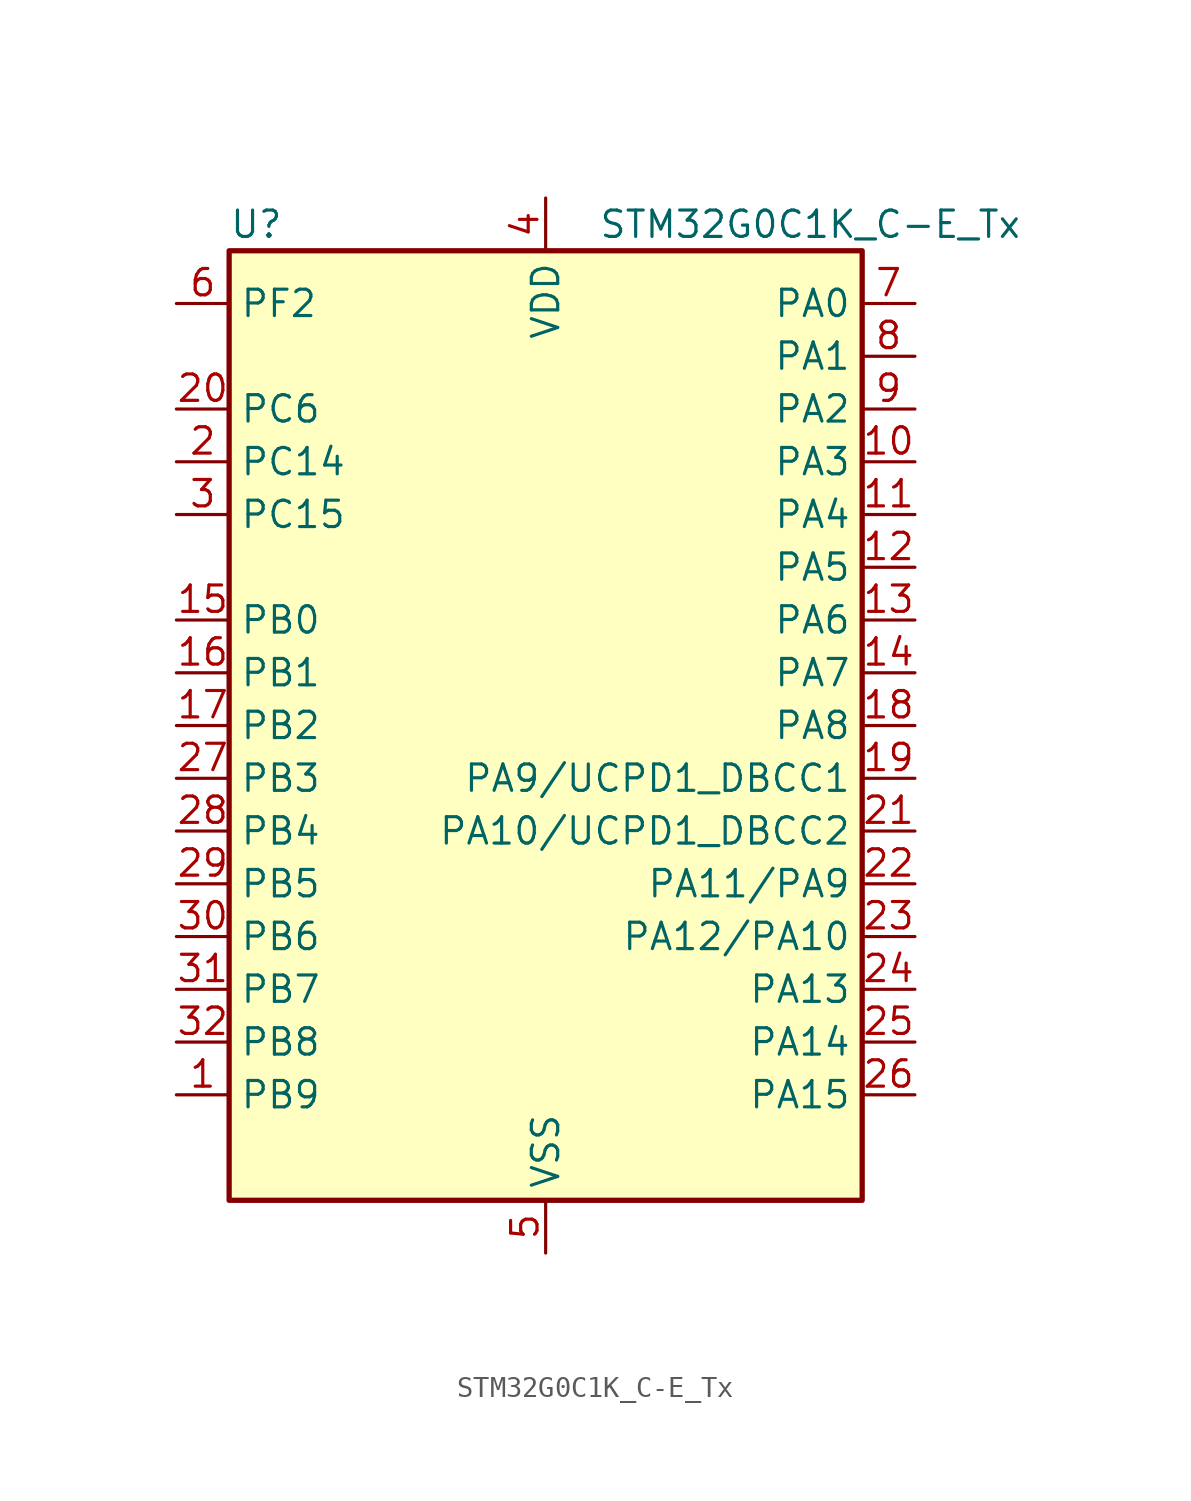
<source format=kicad_sym>
(kicad_symbol_lib
  (version 20211014)
  (generator kicad-library-utils)
  (symbol "STM32G0C1K_C-E_Tx"
    (property "Reference" "U"
      (at -15.24 24.13 0)
      (effects (font (size 1.27 1.27)) (justify left)))
    (property "Value" "STM32G0C1K_C-E_Tx"
      (at 2.54 24.13 0)
      (effects (font (size 1.27 1.27)) (justify left)))
    (property "ki_fp_filters" "LQFP*7x7mm*P0.8mm*"
      (at 0.0 0.0 0.0)
      (effects (font (size 1.27 1.27))))
    (symbol "STM32G0C1K_C-E_Tx_0_1"
      (rectangle (start -15.24 -22.86) (end 15.24 22.86) (stroke (width 0.254)) (fill (type background))))
    (symbol "STM32G0C1K_C-E_Tx_1_1"
      (pin bidirectional line (at -17.78 20.32 0) (length 2.54) (name "PF2" (effects (font (size 1.27 1.27)))) (number "6" (effects (font (size 1.27 1.27)))) (alternate "LPUART2_DE" bidirectional line) (alternate "LPUART2_RTS" bidirectional line) (alternate "LPUART2_TX" bidirectional line) (alternate "RCC_MCO" bidirectional line))
      (pin bidirectional line (at -17.78 15.24 0) (length 2.54) (name "PC6" (effects (font (size 1.27 1.27)))) (number "20" (effects (font (size 1.27 1.27)))) (alternate "LPUART2_TX" bidirectional line) (alternate "TIM2_CH3" bidirectional line) (alternate "TIM3_CH1" bidirectional line) (alternate "UCPD1_FRSTX1" bidirectional line) (alternate "UCPD1_FRSTX2" bidirectional line))
      (pin bidirectional line (at -17.78 12.7 0) (length 2.54) (name "PC14" (effects (font (size 1.27 1.27)))) (number "2" (effects (font (size 1.27 1.27)))) (alternate "RCC_OSC32_IN" bidirectional line) (alternate "RCC_OSC_IN" bidirectional line) (alternate "TIM1_BK2" bidirectional line))
      (pin bidirectional line (at -17.78 10.16 0) (length 2.54) (name "PC15" (effects (font (size 1.27 1.27)))) (number "3" (effects (font (size 1.27 1.27)))) (alternate "RCC_OSC32_EN" bidirectional line) (alternate "RCC_OSC32_OUT" bidirectional line) (alternate "RCC_OSC_EN" bidirectional line) (alternate "TIM15_BK" bidirectional line))
      (pin bidirectional line (at -17.78 5.08 0) (length 2.54) (name "PB0" (effects (font (size 1.27 1.27)))) (number "15" (effects (font (size 1.27 1.27)))) (alternate "ADC1_IN8" bidirectional line) (alternate "COMP1_OUT" bidirectional line) (alternate "COMP3_INP" bidirectional line) (alternate "FDCAN2_RX" bidirectional line) (alternate "I2S1_WS" bidirectional line) (alternate "LPTIM1_OUT" bidirectional line) (alternate "LPUART2_CTS" bidirectional line) (alternate "SPI1_NSS" bidirectional line) (alternate "TIM1_CH2N" bidirectional line) (alternate "TIM3_CH3" bidirectional line) (alternate "UCPD1_FRSTX1" bidirectional line) (alternate "UCPD1_FRSTX2" bidirectional line) (alternate "USART3_RX" bidirectional line) (alternate "USART5_TX" bidirectional line))
      (pin bidirectional line (at -17.78 2.54 0) (length 2.54) (name "PB1" (effects (font (size 1.27 1.27)))) (number "16" (effects (font (size 1.27 1.27)))) (alternate "ADC1_IN9" bidirectional line) (alternate "COMP1_INM" bidirectional line) (alternate "COMP3_OUT" bidirectional line) (alternate "FDCAN2_TX" bidirectional line) (alternate "LPTIM2_IN1" bidirectional line) (alternate "LPUART1_DE" bidirectional line) (alternate "LPUART1_RTS" bidirectional line) (alternate "LPUART2_DE" bidirectional line) (alternate "LPUART2_RTS" bidirectional line) (alternate "TIM14_CH1" bidirectional line) (alternate "TIM1_CH3N" bidirectional line) (alternate "TIM3_CH4" bidirectional line) (alternate "USART3_CK" bidirectional line) (alternate "USART3_DE" bidirectional line) (alternate "USART3_RTS" bidirectional line) (alternate "USART5_RX" bidirectional line))
      (pin bidirectional line (at -17.78 0.0 0) (length 2.54) (name "PB2" (effects (font (size 1.27 1.27)))) (number "17" (effects (font (size 1.27 1.27)))) (alternate "ADC1_IN10" bidirectional line) (alternate "COMP1_INP" bidirectional line) (alternate "COMP3_INM" bidirectional line) (alternate "I2S2_MCK" bidirectional line) (alternate "LPTIM1_OUT" bidirectional line) (alternate "RCC_MCO_2" bidirectional line) (alternate "SPI2_MISO" bidirectional line) (alternate "USART3_TX" bidirectional line))
      (pin bidirectional line (at -17.78 -2.54 0) (length 2.54) (name "PB3" (effects (font (size 1.27 1.27)))) (number "27" (effects (font (size 1.27 1.27)))) (alternate "COMP2_INM" bidirectional line) (alternate "I2C2_SCL" bidirectional line) (alternate "I2C3_SCL" bidirectional line) (alternate "I2S1_CK" bidirectional line) (alternate "SPI1_SCK" bidirectional line) (alternate "SPI3_SCK" bidirectional line) (alternate "TIM1_CH2" bidirectional line) (alternate "TIM2_CH2" bidirectional line) (alternate "USART1_CK" bidirectional line) (alternate "USART1_DE" bidirectional line) (alternate "USART1_RTS" bidirectional line) (alternate "USART5_TX" bidirectional line))
      (pin bidirectional line (at -17.78 -5.08 0) (length 2.54) (name "PB4" (effects (font (size 1.27 1.27)))) (number "28" (effects (font (size 1.27 1.27)))) (alternate "COMP2_INP" bidirectional line) (alternate "I2C2_SDA" bidirectional line) (alternate "I2C3_SDA" bidirectional line) (alternate "I2S1_MCK" bidirectional line) (alternate "SPI1_MISO" bidirectional line) (alternate "SPI3_MISO" bidirectional line) (alternate "TIM17_BK" bidirectional line) (alternate "TIM3_CH1" bidirectional line) (alternate "USART1_CTS" bidirectional line) (alternate "USART1_NSS" bidirectional line) (alternate "USART5_RX" bidirectional line))
      (pin bidirectional line (at -17.78 -7.62 0) (length 2.54) (name "PB5" (effects (font (size 1.27 1.27)))) (number "29" (effects (font (size 1.27 1.27)))) (alternate "COMP2_OUT" bidirectional line) (alternate "FDCAN2_RX" bidirectional line) (alternate "I2C1_SMBA" bidirectional line) (alternate "I2S1_SD" bidirectional line) (alternate "LPTIM1_IN1" bidirectional line) (alternate "SPI1_MOSI" bidirectional line) (alternate "SPI3_MOSI" bidirectional line) (alternate "SYS_WKUP6" bidirectional line) (alternate "TIM16_BK" bidirectional line) (alternate "TIM3_CH2" bidirectional line) (alternate "USART5_CK" bidirectional line) (alternate "USART5_DE" bidirectional line) (alternate "USART5_RTS" bidirectional line))
      (pin bidirectional line (at -17.78 -10.16 0) (length 2.54) (name "PB6" (effects (font (size 1.27 1.27)))) (number "30" (effects (font (size 1.27 1.27)))) (alternate "COMP2_INP" bidirectional line) (alternate "FDCAN2_TX" bidirectional line) (alternate "I2C1_SCL" bidirectional line) (alternate "I2S2_MCK" bidirectional line) (alternate "LPTIM1_ETR" bidirectional line) (alternate "LPUART2_TX" bidirectional line) (alternate "SPI2_MISO" bidirectional line) (alternate "TIM16_CH1N" bidirectional line) (alternate "TIM1_CH3" bidirectional line) (alternate "TIM4_CH1" bidirectional line) (alternate "USART1_TX" bidirectional line) (alternate "USART5_CTS" bidirectional line) (alternate "USART5_NSS" bidirectional line))
      (pin bidirectional line (at -17.78 -12.7 0) (length 2.54) (name "PB7" (effects (font (size 1.27 1.27)))) (number "31" (effects (font (size 1.27 1.27)))) (alternate "COMP2_INM" bidirectional line) (alternate "I2C1_SDA" bidirectional line) (alternate "I2S2_SD" bidirectional line) (alternate "LPTIM1_IN2" bidirectional line) (alternate "LPUART2_RX" bidirectional line) (alternate "SPI2_MOSI" bidirectional line) (alternate "SYS_PVD_IN" bidirectional line) (alternate "TIM17_CH1N" bidirectional line) (alternate "TIM4_CH2" bidirectional line) (alternate "USART1_RX" bidirectional line) (alternate "USART4_CTS" bidirectional line) (alternate "USART4_NSS" bidirectional line))
      (pin bidirectional line (at -17.78 -15.24 0) (length 2.54) (name "PB8" (effects (font (size 1.27 1.27)))) (number "32" (effects (font (size 1.27 1.27)))) (alternate "CEC" bidirectional line) (alternate "FDCAN1_RX" bidirectional line) (alternate "I2C1_SCL" bidirectional line) (alternate "I2S2_CK" bidirectional line) (alternate "SPI2_SCK" bidirectional line) (alternate "TIM15_BK" bidirectional line) (alternate "TIM16_CH1" bidirectional line) (alternate "TIM4_CH3" bidirectional line) (alternate "USART3_TX" bidirectional line) (alternate "USART6_TX" bidirectional line))
      (pin bidirectional line (at -17.78 -17.78 0) (length 2.54) (name "PB9" (effects (font (size 1.27 1.27)))) (number "1" (effects (font (size 1.27 1.27)))) (alternate "DAC1_EXTI9" bidirectional line) (alternate "FDCAN1_TX" bidirectional line) (alternate "I2C1_SDA" bidirectional line) (alternate "I2S2_WS" bidirectional line) (alternate "IR_OUT" bidirectional line) (alternate "SPI2_NSS" bidirectional line) (alternate "TIM17_CH1" bidirectional line) (alternate "TIM4_CH4" bidirectional line) (alternate "USART3_RX" bidirectional line) (alternate "USART6_RX" bidirectional line))
      (pin bidirectional line (at 17.78 20.32 180) (length 2.54) (name "PA0" (effects (font (size 1.27 1.27)))) (number "7" (effects (font (size 1.27 1.27)))) (alternate "ADC1_IN0" bidirectional line) (alternate "COMP1_INM" bidirectional line) (alternate "COMP1_OUT" bidirectional line) (alternate "I2S2_CK" bidirectional line) (alternate "LPTIM1_OUT" bidirectional line) (alternate "RTC_TAMP_IN2" bidirectional line) (alternate "SPI2_SCK" bidirectional line) (alternate "SYS_WKUP1" bidirectional line) (alternate "TIM2_CH1" bidirectional line) (alternate "TIM2_ETR" bidirectional line) (alternate "USART2_CTS" bidirectional line) (alternate "USART2_NSS" bidirectional line) (alternate "USART4_TX" bidirectional line))
      (pin bidirectional line (at 17.78 17.78 180) (length 2.54) (name "PA1" (effects (font (size 1.27 1.27)))) (number "8" (effects (font (size 1.27 1.27)))) (alternate "ADC1_IN1" bidirectional line) (alternate "COMP1_INP" bidirectional line) (alternate "I2C1_SMBA" bidirectional line) (alternate "I2S1_CK" bidirectional line) (alternate "SPI1_SCK" bidirectional line) (alternate "TIM15_CH1N" bidirectional line) (alternate "TIM2_CH2" bidirectional line) (alternate "USART2_CK" bidirectional line) (alternate "USART2_DE" bidirectional line) (alternate "USART2_RTS" bidirectional line) (alternate "USART4_RX" bidirectional line))
      (pin bidirectional line (at 17.78 15.24 180) (length 2.54) (name "PA2" (effects (font (size 1.27 1.27)))) (number "9" (effects (font (size 1.27 1.27)))) (alternate "ADC1_IN2" bidirectional line) (alternate "COMP2_INM" bidirectional line) (alternate "COMP2_OUT" bidirectional line) (alternate "I2S1_SD" bidirectional line) (alternate "LPUART1_TX" bidirectional line) (alternate "RCC_LSCO" bidirectional line) (alternate "SPI1_MOSI" bidirectional line) (alternate "SYS_WKUP4" bidirectional line) (alternate "TIM15_CH1" bidirectional line) (alternate "TIM2_CH3" bidirectional line) (alternate "UCPD1_FRSTX1" bidirectional line) (alternate "UCPD1_FRSTX2" bidirectional line) (alternate "USART2_TX" bidirectional line))
      (pin bidirectional line (at 17.78 12.7 180) (length 2.54) (name "PA3" (effects (font (size 1.27 1.27)))) (number "10" (effects (font (size 1.27 1.27)))) (alternate "ADC1_IN3" bidirectional line) (alternate "COMP2_INP" bidirectional line) (alternate "I2S2_MCK" bidirectional line) (alternate "LPUART1_RX" bidirectional line) (alternate "SPI2_MISO" bidirectional line) (alternate "TIM15_CH2" bidirectional line) (alternate "TIM2_CH4" bidirectional line) (alternate "USART2_RX" bidirectional line))
      (pin bidirectional line (at 17.78 10.16 180) (length 2.54) (name "PA4" (effects (font (size 1.27 1.27)))) (number "11" (effects (font (size 1.27 1.27)))) (alternate "ADC1_IN4" bidirectional line) (alternate "DAC1_OUT1" bidirectional line) (alternate "I2S1_WS" bidirectional line) (alternate "I2S2_SD" bidirectional line) (alternate "LPTIM2_OUT" bidirectional line) (alternate "RTC_OUT1" bidirectional line) (alternate "RTC_TAMP_IN1" bidirectional line) (alternate "RTC_TS" bidirectional line) (alternate "SPI1_NSS" bidirectional line) (alternate "SPI2_MOSI" bidirectional line) (alternate "SPI3_NSS" bidirectional line) (alternate "SYS_WKUP2" bidirectional line) (alternate "TIM14_CH1" bidirectional line) (alternate "USART6_TX" bidirectional line) (alternate "USB_NOE" bidirectional line))
      (pin bidirectional line (at 17.78 7.62 180) (length 2.54) (name "PA5" (effects (font (size 1.27 1.27)))) (number "12" (effects (font (size 1.27 1.27)))) (alternate "ADC1_IN5" bidirectional line) (alternate "CEC" bidirectional line) (alternate "DAC1_OUT2" bidirectional line) (alternate "I2S1_CK" bidirectional line) (alternate "LPTIM2_ETR" bidirectional line) (alternate "SPI1_SCK" bidirectional line) (alternate "TIM2_CH1" bidirectional line) (alternate "TIM2_ETR" bidirectional line) (alternate "UCPD1_FRSTX1" bidirectional line) (alternate "UCPD1_FRSTX2" bidirectional line) (alternate "USART3_TX" bidirectional line) (alternate "USART6_RX" bidirectional line))
      (pin bidirectional line (at 17.78 5.08 180) (length 2.54) (name "PA6" (effects (font (size 1.27 1.27)))) (number "13" (effects (font (size 1.27 1.27)))) (alternate "ADC1_IN6" bidirectional line) (alternate "COMP1_OUT" bidirectional line) (alternate "I2C2_SDA" bidirectional line) (alternate "I2C3_SDA" bidirectional line) (alternate "I2S1_MCK" bidirectional line) (alternate "LPUART1_CTS" bidirectional line) (alternate "SPI1_MISO" bidirectional line) (alternate "TIM16_CH1" bidirectional line) (alternate "TIM1_BK" bidirectional line) (alternate "TIM3_CH1" bidirectional line) (alternate "USART3_CTS" bidirectional line) (alternate "USART3_NSS" bidirectional line) (alternate "USART6_CTS" bidirectional line) (alternate "USART6_NSS" bidirectional line))
      (pin bidirectional line (at 17.78 2.54 180) (length 2.54) (name "PA7" (effects (font (size 1.27 1.27)))) (number "14" (effects (font (size 1.27 1.27)))) (alternate "ADC1_IN7" bidirectional line) (alternate "COMP2_OUT" bidirectional line) (alternate "I2C2_SCL" bidirectional line) (alternate "I2C3_SCL" bidirectional line) (alternate "I2S1_SD" bidirectional line) (alternate "SPI1_MOSI" bidirectional line) (alternate "TIM14_CH1" bidirectional line) (alternate "TIM17_CH1" bidirectional line) (alternate "TIM1_CH1N" bidirectional line) (alternate "TIM3_CH2" bidirectional line) (alternate "UCPD1_FRSTX1" bidirectional line) (alternate "UCPD1_FRSTX2" bidirectional line) (alternate "USART6_CK" bidirectional line) (alternate "USART6_DE" bidirectional line) (alternate "USART6_RTS" bidirectional line))
      (pin bidirectional line (at 17.78 0.0 180) (length 2.54) (name "PA8" (effects (font (size 1.27 1.27)))) (number "18" (effects (font (size 1.27 1.27)))) (alternate "CRS1_SYNC" bidirectional line) (alternate "I2C2_SMBA" bidirectional line) (alternate "I2S2_WS" bidirectional line) (alternate "LPTIM2_OUT" bidirectional line) (alternate "RCC_MCO" bidirectional line) (alternate "SPI2_NSS" bidirectional line) (alternate "TIM1_CH1" bidirectional line) (alternate "UCPD1_CC1" bidirectional line))
      (pin bidirectional line (at 17.78 -2.54 180) (length 2.54) (name "PA9/UCPD1_DBCC1" (effects (font (size 1.27 1.27)))) (number "19" (effects (font (size 1.27 1.27)))) (alternate "DAC1_EXTI9" bidirectional line) (alternate "I2C1_SCL" bidirectional line) (alternate "I2C2_SCL" bidirectional line) (alternate "I2S2_MCK" bidirectional line) (alternate "RCC_MCO" bidirectional line) (alternate "SPI2_MISO" bidirectional line) (alternate "TIM15_BK" bidirectional line) (alternate "TIM1_CH2" bidirectional line) (alternate "UCPD1_DBCC1" bidirectional line) (alternate "USART1_TX" bidirectional line))
      (pin bidirectional line (at 17.78 -5.08 180) (length 2.54) (name "PA10/UCPD1_DBCC2" (effects (font (size 1.27 1.27)))) (number "21" (effects (font (size 1.27 1.27)))) (alternate "I2C1_SDA" bidirectional line) (alternate "I2C2_SDA" bidirectional line) (alternate "I2S2_SD" bidirectional line) (alternate "RCC_MCO_2" bidirectional line) (alternate "SPI2_MOSI" bidirectional line) (alternate "TIM17_BK" bidirectional line) (alternate "TIM1_CH3" bidirectional line) (alternate "UCPD1_DBCC2" bidirectional line) (alternate "USART1_RX" bidirectional line))
      (pin bidirectional line (at 17.78 -7.62 180) (length 2.54) (name "PA11/PA9" (effects (font (size 1.27 1.27)))) (number "22" (effects (font (size 1.27 1.27)))) (alternate "ADC1_EXTI11" bidirectional line) (alternate "COMP1_OUT" bidirectional line) (alternate "FDCAN1_RX" bidirectional line) (alternate "I2C2_SCL" bidirectional line) (alternate "I2S1_MCK" bidirectional line) (alternate "SPI1_MISO" bidirectional line) (alternate "TIM1_BK2" bidirectional line) (alternate "TIM1_CH4" bidirectional line) (alternate "USART1_CTS" bidirectional line) (alternate "USART1_NSS" bidirectional line) (alternate "USB_DM" bidirectional line))
      (pin bidirectional line (at 17.78 -10.16 180) (length 2.54) (name "PA12/PA10" (effects (font (size 1.27 1.27)))) (number "23" (effects (font (size 1.27 1.27)))) (alternate "COMP2_OUT" bidirectional line) (alternate "FDCAN1_TX" bidirectional line) (alternate "I2C2_SDA" bidirectional line) (alternate "I2S1_SD" bidirectional line) (alternate "I2S_CKIN" bidirectional line) (alternate "SPI1_MOSI" bidirectional line) (alternate "TIM1_ETR" bidirectional line) (alternate "USART1_CK" bidirectional line) (alternate "USART1_DE" bidirectional line) (alternate "USART1_RTS" bidirectional line) (alternate "USB_DP" bidirectional line))
      (pin bidirectional line (at 17.78 -12.7 180) (length 2.54) (name "PA13" (effects (font (size 1.27 1.27)))) (number "24" (effects (font (size 1.27 1.27)))) (alternate "IR_OUT" bidirectional line) (alternate "LPUART2_RX" bidirectional line) (alternate "SYS_SWDIO" bidirectional line) (alternate "USB_NOE" bidirectional line))
      (pin bidirectional line (at 17.78 -15.24 180) (length 2.54) (name "PA14" (effects (font (size 1.27 1.27)))) (number "25" (effects (font (size 1.27 1.27)))) (alternate "LPUART2_TX" bidirectional line) (alternate "SYS_SWCLK" bidirectional line) (alternate "USART2_TX" bidirectional line))
      (pin bidirectional line (at 17.78 -17.78 180) (length 2.54) (name "PA15" (effects (font (size 1.27 1.27)))) (number "26" (effects (font (size 1.27 1.27)))) (alternate "I2C2_SMBA" bidirectional line) (alternate "I2S1_WS" bidirectional line) (alternate "RCC_MCO_2" bidirectional line) (alternate "SPI1_NSS" bidirectional line) (alternate "SPI3_NSS" bidirectional line) (alternate "TIM2_CH1" bidirectional line) (alternate "TIM2_ETR" bidirectional line) (alternate "USART2_RX" bidirectional line) (alternate "USART3_CK" bidirectional line) (alternate "USART3_DE" bidirectional line) (alternate "USART3_RTS" bidirectional line) (alternate "USART4_CK" bidirectional line) (alternate "USART4_DE" bidirectional line) (alternate "USART4_RTS" bidirectional line) (alternate "USB_NOE" bidirectional line))
      (pin power_in line (at 0.0 25.4 270) (length 2.54) (name "VDD" (effects (font (size 1.27 1.27)))) (number "4" (effects (font (size 1.27 1.27)))))
      (pin power_in line (at 0.0 -25.4 90) (length 2.54) (name "VSS" (effects (font (size 1.27 1.27)))) (number "5" (effects (font (size 1.27 1.27))))))))
</source>
